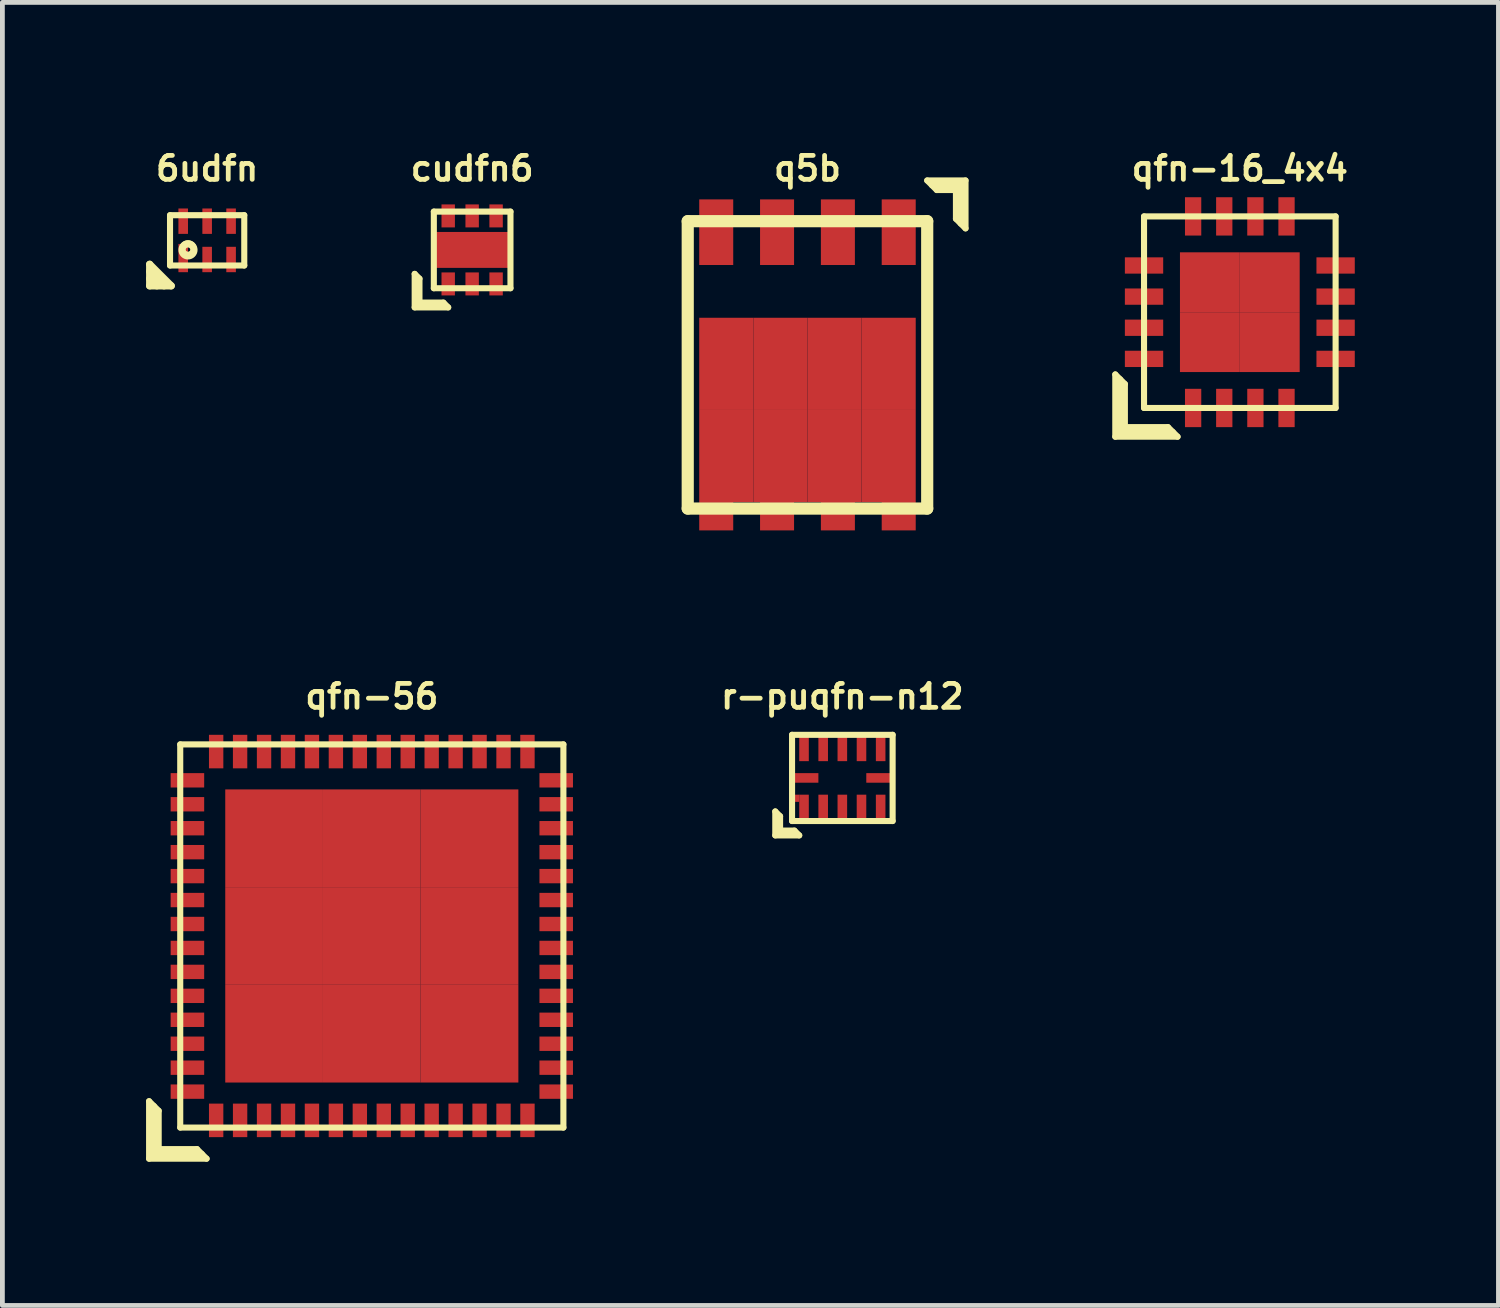
<source format=kicad_pcb>
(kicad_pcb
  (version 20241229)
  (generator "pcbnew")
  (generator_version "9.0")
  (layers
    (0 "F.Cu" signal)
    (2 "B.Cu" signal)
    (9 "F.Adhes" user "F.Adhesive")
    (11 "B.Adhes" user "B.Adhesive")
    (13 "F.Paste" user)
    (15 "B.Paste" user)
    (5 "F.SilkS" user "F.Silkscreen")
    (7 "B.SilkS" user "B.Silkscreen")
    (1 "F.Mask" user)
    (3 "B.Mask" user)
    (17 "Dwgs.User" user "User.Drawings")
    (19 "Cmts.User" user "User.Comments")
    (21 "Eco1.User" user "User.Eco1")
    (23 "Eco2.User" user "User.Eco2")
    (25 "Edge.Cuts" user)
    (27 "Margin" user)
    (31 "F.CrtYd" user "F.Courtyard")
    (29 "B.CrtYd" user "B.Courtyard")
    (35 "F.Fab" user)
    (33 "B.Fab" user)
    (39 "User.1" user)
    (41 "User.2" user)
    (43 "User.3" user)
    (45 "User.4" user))
  (footprint "r-puqfn-n12"
    (layer "F.Cu")
    (at 14.537 13.192)
    (property "Reference" "r-puqfn-n12" (at 0 -1.7 0) (layer "F.SilkS") (effects (font (size 0.5 0.5) (thickness 0.1))))
    (attr through_hole)
    (fp_line (start -1.4 0.7) (end -1.3 0.8) (stroke (width 0.127) (type solid)) (layer "F.SilkS"))
    (fp_line (start -1.4 1.2) (end -1.4 0.7) (stroke (width 0.127) (type solid)) (layer "F.SilkS"))
    (fp_line (start -1.3 0.8) (end -1.3 1.1) (stroke (width 0.127) (type solid)) (layer "F.SilkS"))
    (fp_line (start -1.3 1.1) (end -1 1.1) (stroke (width 0.127) (type solid)) (layer "F.SilkS"))
    (fp_line (start -1.05 -0.9) (end -1.05 0.9) (stroke (width 0.127) (type solid)) (layer "F.SilkS"))
    (fp_line (start -1.05 0.9) (end 1.05 0.9) (stroke (width 0.127) (type solid)) (layer "F.SilkS"))
    (fp_line (start -1 1.1) (end -0.9 1.2) (stroke (width 0.127) (type solid)) (layer "F.SilkS"))
    (fp_line (start -0.9 1.2) (end -1.4 1.2) (stroke (width 0.127) (type solid)) (layer "F.SilkS"))
    (fp_line (start 1.05 -0.9) (end -1.05 -0.9) (stroke (width 0.127) (type solid)) (layer "F.SilkS"))
    (fp_line (start 1.05 0.9) (end 1.05 -0.9) (stroke (width 0.127) (type solid)) (layer "F.SilkS"))
    (pad "1" smd rect (at -1 0.425) (size 0.2 0.15) (layers "F.Cu" "F.Mask" "F.Paste"))
    (pad "1" smd rect (at -0.8 0.65) (size 0.2 0.6) (layers "F.Cu" "F.Mask" "F.Paste"))
    (pad "2" smd rect (at -0.4 0.65) (size 0.2 0.6) (layers "F.Cu" "F.Mask" "F.Paste"))
    (pad "3" smd rect (at 0 0.65) (size 0.2 0.6) (layers "F.Cu" "F.Mask" "F.Paste"))
    (pad "4" smd rect (at 0.4 0.65) (size 0.2 0.6) (layers "F.Cu" "F.Mask" "F.Paste"))
    (pad "5" smd rect (at 0.8 0.65) (size 0.2 0.6) (layers "F.Cu" "F.Mask" "F.Paste"))
    (pad "6" smd rect (at 0.8 0) (size 0.6 0.2) (layers "F.Cu" "F.Mask" "F.Paste"))
    (pad "7" smd rect (at 0.8 -0.65) (size 0.2 0.6) (layers "F.Cu" "F.Mask" "F.Paste"))
    (pad "8" smd rect (at 0.4 -0.65) (size 0.2 0.6) (layers "F.Cu" "F.Mask" "F.Paste"))
    (pad "9" smd rect (at 0 -0.65) (size 0.2 0.6) (layers "F.Cu" "F.Mask" "F.Paste"))
    (pad "10" smd rect (at -0.4 -0.65) (size 0.2 0.6) (layers "F.Cu" "F.Mask" "F.Paste"))
    (pad "11" smd rect (at -0.8 -0.65) (size 0.2 0.6) (layers "F.Cu" "F.Mask" "F.Paste"))
    (pad "12" smd rect (at -0.8 0) (size 0.6 0.2) (layers "F.Cu" "F.Mask" "F.Paste")))
  (footprint "q5b"
    (layer "F.Cu")
    (at 13.809 4.568)
    (property "Reference" "q5b" (at 0 -4.1 0) (layer "F.SilkS") (effects (font (size 0.5 0.5) (thickness 0.1))))
    (attr through_hole)
    (fp_line (start -2.5 -3) (end 2.5 -3) (stroke (width 0.254) (type solid)) (layer "F.SilkS"))
    (fp_line (start -2.5 3) (end -2.5 -3) (stroke (width 0.254) (type solid)) (layer "F.SilkS"))
    (fp_line (start 2.5 -3.85) (end 3.3 -3.85) (stroke (width 0.127) (type solid)) (layer "F.SilkS"))
    (fp_line (start 2.5 -3) (end 2.5 3) (stroke (width 0.254) (type solid)) (layer "F.SilkS"))
    (fp_line (start 2.5 3) (end -2.5 3) (stroke (width 0.254) (type solid)) (layer "F.SilkS"))
    (fp_line (start 2.7 -3.65) (end 2.5 -3.85) (stroke (width 0.127) (type solid)) (layer "F.SilkS"))
    (fp_line (start 3.1 -3.65) (end 2.7 -3.65) (stroke (width 0.127) (type solid)) (layer "F.SilkS"))
    (fp_line (start 3.1 -3.65) (end 3.1 -3.05) (stroke (width 0.127) (type solid)) (layer "F.SilkS"))
    (fp_line (start 3.1 -3.05) (end 3.3 -2.85) (stroke (width 0.127) (type solid)) (layer "F.SilkS"))
    (fp_line (start 3.2 -3.75) (end 2.6 -3.75) (stroke (width 0.127) (type solid)) (layer "F.SilkS"))
    (fp_line (start 3.2 -2.95) (end 3.2 -3.75) (stroke (width 0.127) (type solid)) (layer "F.SilkS"))
    (fp_line (start 3.3 -3.85) (end 3.3 -2.85) (stroke (width 0.127) (type solid)) (layer "F.SilkS"))
    (pad "1" smd rect (at 1.905 -2.77) (size 0.71 1.37) (layers "F.Cu" "F.Mask" "F.Paste"))
    (pad "2" smd rect (at 0.635 -2.77) (size 0.71 1.37) (layers "F.Cu" "F.Mask" "F.Paste"))
    (pad "3" smd rect (at -0.635 -2.77) (size 0.71 1.37) (layers "F.Cu" "F.Mask" "F.Paste"))
    (pad "4" smd rect (at -1.905 -2.77) (size 0.71 1.37) (layers "F.Cu" "F.Mask" "F.Paste"))
    (pad "5" smd rect (at -1.905 3.161) (size 0.71 0.59) (layers "F.Cu" "F.Mask" "F.Paste"))
    (pad "5" smd rect (at -1.695 -0.021) (size 1.13 1.925) (layers "F.Cu" "F.Mask" "F.Paste"))
    (pad "5" smd rect (at -1.695 1.903) (size 1.13 1.925) (layers "F.Cu" "F.Mask" "F.Paste"))
    (pad "5" smd rect (at -0.635 3.161) (size 0.71 0.59) (layers "F.Cu" "F.Mask" "F.Paste"))
    (pad "5" smd rect (at -0.565 -0.021) (size 1.13 1.925) (layers "F.Cu" "F.Mask" "F.Paste"))
    (pad "5" smd rect (at -0.565 1.903) (size 1.13 1.925) (layers "F.Cu" "F.Mask" "F.Paste"))
    (pad "5" smd rect (at 0.565 -0.021) (size 1.13 1.925) (layers "F.Cu" "F.Mask" "F.Paste"))
    (pad "5" smd rect (at 0.565 1.903) (size 1.13 1.925) (layers "F.Cu" "F.Mask" "F.Paste"))
    (pad "5" smd rect (at 0.635 3.161) (size 0.71 0.59) (layers "F.Cu" "F.Mask" "F.Paste"))
    (pad "5" smd rect (at 1.695 -0.021) (size 1.13 1.925) (layers "F.Cu" "F.Mask" "F.Paste"))
    (pad "5" smd rect (at 1.695 1.903) (size 1.13 1.925) (layers "F.Cu" "F.Mask" "F.Paste"))
    (pad "5" smd rect (at 1.905 3.161) (size 0.71 0.59) (layers "F.Cu" "F.Mask" "F.Paste")))
  (footprint "6udfn"
    (layer "F.Cu")
    (at 1.275 1.968)
    (property "Reference" "6udfn" (at 0 -1.5 0) (layer "F.SilkS") (effects (font (size 0.5 0.5) (thickness 0.1))))
    (attr through_hole)
    (fp_line (start -1.2 0.5) (end -1.2 0.95) (stroke (width 0.15) (type solid)) (layer "F.SilkS"))
    (fp_line (start -1.2 0.95) (end -0.75 0.95) (stroke (width 0.15) (type solid)) (layer "F.SilkS"))
    (fp_line (start -1.05 0.95) (end -1.2 0.8) (stroke (width 0.15) (type solid)) (layer "F.SilkS"))
    (fp_line (start -0.9 0.95) (end -1.2 0.65) (stroke (width 0.15) (type solid)) (layer "F.SilkS"))
    (fp_line (start -0.775 -0.525) (end 0.775 -0.525) (stroke (width 0.127) (type solid)) (layer "F.SilkS"))
    (fp_line (start -0.775 0.525) (end -0.775 -0.525) (stroke (width 0.127) (type solid)) (layer "F.SilkS"))
    (fp_line (start -0.75 0.95) (end -1.2 0.5) (stroke (width 0.15) (type solid)) (layer "F.SilkS"))
    (fp_line (start 0.775 -0.525) (end 0.775 0.525) (stroke (width 0.127) (type solid)) (layer "F.SilkS"))
    (fp_line (start 0.775 0.525) (end -0.775 0.525) (stroke (width 0.127) (type solid)) (layer "F.SilkS"))
    (fp_circle (center -0.4 0.18) (end -0.28 0.18) (stroke (width 0.127) (type solid)) (fill no) (layer "F.SilkS"))
    (fp_circle (center -0.4 0.2) (end -0.35 0.2) (stroke (width 0.15) (type solid)) (fill no) (layer "F.SilkS"))
    (pad "1" smd rect (at -0.5 0.37) (size 0.2 0.59) (layers "F.Cu" "F.Mask" "F.Paste"))
    (pad "2" smd rect (at 0 0.4) (size 0.2 0.53) (layers "F.Cu" "F.Mask" "F.Paste"))
    (pad "3" smd rect (at 0.5 0.4) (size 0.2 0.53) (layers "F.Cu" "F.Mask" "F.Paste"))
    (pad "4" smd rect (at 0.5 -0.4) (size 0.2 0.53) (layers "F.Cu" "F.Mask" "F.Paste"))
    (pad "5" smd rect (at 0 -0.4) (size 0.2 0.53) (layers "F.Cu" "F.Mask" "F.Paste"))
    (pad "6" smd rect (at -0.5 -0.4) (size 0.2 0.53) (layers "F.Cu" "F.Mask" "F.Paste")))
  (footprint "qfn-16_4x4"
    (layer "F.Cu")
    (at 22.836 3.468)
    (property "Reference" "qfn-16_4x4" (at 0 -3 0) (layer "F.SilkS") (effects (font (size 0.5 0.5) (thickness 0.1))))
    (attr through_hole)
    (fp_line (start -2.6 1.3) (end -2.4 1.5) (stroke (width 0.127) (type solid)) (layer "F.SilkS"))
    (fp_line (start -2.6 2.6) (end -2.6 1.3) (stroke (width 0.127) (type solid)) (layer "F.SilkS"))
    (fp_line (start -2.5 1.4) (end -2.5 2.5) (stroke (width 0.127) (type solid)) (layer "F.SilkS"))
    (fp_line (start -2.5 2.5) (end -1.4 2.5) (stroke (width 0.127) (type solid)) (layer "F.SilkS"))
    (fp_line (start -2.4 1.5) (end -2.4 2.4) (stroke (width 0.127) (type solid)) (layer "F.SilkS"))
    (fp_line (start -2.4 2.4) (end -1.5 2.4) (stroke (width 0.127) (type solid)) (layer "F.SilkS"))
    (fp_line (start -2 -2) (end 2 -2) (stroke (width 0.127) (type solid)) (layer "F.SilkS"))
    (fp_line (start -2 2) (end -2 -2) (stroke (width 0.127) (type solid)) (layer "F.SilkS"))
    (fp_line (start -1.5 2.4) (end -1.3 2.6) (stroke (width 0.127) (type solid)) (layer "F.SilkS"))
    (fp_line (start -1.3 2.6) (end -2.6 2.6) (stroke (width 0.127) (type solid)) (layer "F.SilkS"))
    (fp_line (start 2 -2) (end 2 2) (stroke (width 0.127) (type solid)) (layer "F.SilkS"))
    (fp_line (start 2 2) (end -2 2) (stroke (width 0.127) (type solid)) (layer "F.SilkS"))
    (pad "1" smd rect (at -0.975 2) (size 0.34 0.8) (layers "F.Cu" "F.Mask" "F.Paste"))
    (pad "2" smd rect (at -0.325 2) (size 0.34 0.8) (layers "F.Cu" "F.Mask" "F.Paste"))
    (pad "3" smd rect (at 0.325 2) (size 0.34 0.8) (layers "F.Cu" "F.Mask" "F.Paste"))
    (pad "4" smd rect (at 0.975 2) (size 0.34 0.8) (layers "F.Cu" "F.Mask" "F.Paste"))
    (pad "5" smd rect (at 2 0.975) (size 0.8 0.34) (layers "F.Cu" "F.Mask" "F.Paste"))
    (pad "6" smd rect (at 2 0.325) (size 0.8 0.34) (layers "F.Cu" "F.Mask" "F.Paste"))
    (pad "7" smd rect (at 2 -0.325) (size 0.8 0.34) (layers "F.Cu" "F.Mask" "F.Paste"))
    (pad "8" smd rect (at 2 -0.975) (size 0.8 0.34) (layers "F.Cu" "F.Mask" "F.Paste"))
    (pad "9" smd rect (at 0.975 -2) (size 0.34 0.8) (layers "F.Cu" "F.Mask" "F.Paste"))
    (pad "10" smd rect (at 0.325 -2) (size 0.34 0.8) (layers "F.Cu" "F.Mask" "F.Paste"))
    (pad "11" smd rect (at -0.325 -2) (size 0.34 0.8) (layers "F.Cu" "F.Mask" "F.Paste"))
    (pad "12" smd rect (at -0.975 -2) (size 0.34 0.8) (layers "F.Cu" "F.Mask" "F.Paste"))
    (pad "13" smd rect (at -2 -0.975) (size 0.8 0.34) (layers "F.Cu" "F.Mask" "F.Paste"))
    (pad "14" smd rect (at -2 -0.325) (size 0.8 0.34) (layers "F.Cu" "F.Mask" "F.Paste"))
    (pad "15" smd rect (at -2 0.325) (size 0.8 0.34) (layers "F.Cu" "F.Mask" "F.Paste"))
    (pad "16" smd rect (at -2 0.975) (size 0.8 0.34) (layers "F.Cu" "F.Mask" "F.Paste"))
    (pad "17" smd rect (at -0.625 -0.625) (size 1.25 1.25) (layers "F.Cu" "F.Mask" "F.Paste"))
    (pad "17" smd rect (at -0.625 0.625) (size 1.25 1.25) (layers "F.Cu" "F.Mask" "F.Paste"))
    (pad "17" smd rect (at 0.625 -0.625) (size 1.25 1.25) (layers "F.Cu" "F.Mask" "F.Paste"))
    (pad "17" smd rect (at 0.625 0.625) (size 1.25 1.25) (layers "F.Cu" "F.Mask" "F.Paste")))
  (footprint "cudfn6"
    (layer "F.Cu")
    (at 6.808 2.168)
    (property "Reference" "cudfn6" (at 0 -1.7 0) (layer "F.SilkS") (effects (font (size 0.5 0.5) (thickness 0.1))))
    (attr through_hole)
    (fp_line (start -1.2 0.5) (end -1.2 1.2) (stroke (width 0.127) (type solid)) (layer "F.SilkS"))
    (fp_line (start -1.2 0.5) (end -1.1 0.6) (stroke (width 0.127) (type solid)) (layer "F.SilkS"))
    (fp_line (start -1.2 1.2) (end -0.5 1.2) (stroke (width 0.127) (type solid)) (layer "F.SilkS"))
    (fp_line (start -1.1 1.1) (end -1.1 0.6) (stroke (width 0.127) (type solid)) (layer "F.SilkS"))
    (fp_line (start -0.8 -0.8) (end 0.8 -0.8) (stroke (width 0.127) (type solid)) (layer "F.SilkS"))
    (fp_line (start -0.8 0.8) (end -0.8 -0.8) (stroke (width 0.127) (type solid)) (layer "F.SilkS"))
    (fp_line (start -0.6 1.1) (end -1.1 1.1) (stroke (width 0.127) (type solid)) (layer "F.SilkS"))
    (fp_line (start -0.6 1.1) (end -0.5 1.2) (stroke (width 0.127) (type solid)) (layer "F.SilkS"))
    (fp_line (start 0.8 -0.8) (end 0.8 0.8) (stroke (width 0.127) (type solid)) (layer "F.SilkS"))
    (fp_line (start 0.8 0.8) (end -0.8 0.8) (stroke (width 0.127) (type solid)) (layer "F.SilkS"))
    (pad "1" smd rect (at -0.5 0.71) (size 0.28 0.48) (layers "F.Cu" "F.Mask" "F.Paste"))
    (pad "2" smd rect (at 0 0.71) (size 0.28 0.48) (layers "F.Cu" "F.Mask" "F.Paste"))
    (pad "3" smd rect (at 0.5 0.71) (size 0.28 0.48) (layers "F.Cu" "F.Mask" "F.Paste"))
    (pad "4" smd rect (at 0.5 -0.71) (size 0.28 0.48) (layers "F.Cu" "F.Mask" "F.Paste"))
    (pad "5" smd rect (at 0 -0.71) (size 0.28 0.48) (layers "F.Cu" "F.Mask" "F.Paste"))
    (pad "6" smd rect (at -0.5 -0.71) (size 0.28 0.48) (layers "F.Cu" "F.Mask" "F.Paste"))
    (pad "7" smd rect (at 0 0) (size 1.7 0.75) (layers "F.Cu" "F.Mask" "F.Paste")))
  (footprint "qfn-56"
    (layer "F.Cu")
    (at 4.713 16.492)
    (property "Reference" "qfn-56" (at 0 -5 0) (layer "F.SilkS") (effects (font (size 0.5 0.5) (thickness 0.1))))
    (attr through_hole)
    (fp_line (start -4.65 3.45) (end -4.45 3.65) (stroke (width 0.127) (type solid)) (layer "F.SilkS"))
    (fp_line (start -4.65 4.65) (end -4.65 3.45) (stroke (width 0.127) (type solid)) (layer "F.SilkS"))
    (fp_line (start -4.55 3.55) (end -4.55 4.55) (stroke (width 0.127) (type solid)) (layer "F.SilkS"))
    (fp_line (start -4.55 4.55) (end -3.55 4.55) (stroke (width 0.127) (type solid)) (layer "F.SilkS"))
    (fp_line (start -4.45 3.65) (end -4.45 4.45) (stroke (width 0.127) (type solid)) (layer "F.SilkS"))
    (fp_line (start -4.45 4.45) (end -3.65 4.45) (stroke (width 0.127) (type solid)) (layer "F.SilkS"))
    (fp_line (start -4 -4) (end -4 4) (stroke (width 0.127) (type solid)) (layer "F.SilkS"))
    (fp_line (start -4 4) (end 4 4) (stroke (width 0.127) (type solid)) (layer "F.SilkS"))
    (fp_line (start -3.65 4.45) (end -3.45 4.65) (stroke (width 0.127) (type solid)) (layer "F.SilkS"))
    (fp_line (start -3.45 4.65) (end -4.65 4.65) (stroke (width 0.127) (type solid)) (layer "F.SilkS"))
    (fp_line (start 4 -4) (end -4 -4) (stroke (width 0.127) (type solid)) (layer "F.SilkS"))
    (fp_line (start 4 4) (end 4 -4) (stroke (width 0.127) (type solid)) (layer "F.SilkS"))
    (pad "1" smd rect (at -3.25 3.85) (size 0.3 0.7) (layers "F.Cu" "F.Mask" "F.Paste"))
    (pad "2" smd rect (at -2.75 3.85) (size 0.3 0.7) (layers "F.Cu" "F.Mask" "F.Paste"))
    (pad "3" smd rect (at -2.25 3.85) (size 0.3 0.7) (layers "F.Cu" "F.Mask" "F.Paste"))
    (pad "4" smd rect (at -1.75 3.85) (size 0.3 0.7) (layers "F.Cu" "F.Mask" "F.Paste"))
    (pad "5" smd rect (at -1.25 3.85) (size 0.3 0.7) (layers "F.Cu" "F.Mask" "F.Paste"))
    (pad "6" smd rect (at -0.75 3.85) (size 0.3 0.7) (layers "F.Cu" "F.Mask" "F.Paste"))
    (pad "7" smd rect (at -0.25 3.85) (size 0.3 0.7) (layers "F.Cu" "F.Mask" "F.Paste"))
    (pad "8" smd rect (at 0.25 3.85) (size 0.3 0.7) (layers "F.Cu" "F.Mask" "F.Paste"))
    (pad "9" smd rect (at 0.75 3.85) (size 0.3 0.7) (layers "F.Cu" "F.Mask" "F.Paste"))
    (pad "10" smd rect (at 1.25 3.85) (size 0.3 0.7) (layers "F.Cu" "F.Mask" "F.Paste"))
    (pad "11" smd rect (at 1.75 3.85) (size 0.3 0.7) (layers "F.Cu" "F.Mask" "F.Paste"))
    (pad "12" smd rect (at 2.25 3.85) (size 0.3 0.7) (layers "F.Cu" "F.Mask" "F.Paste"))
    (pad "13" smd rect (at 2.75 3.85) (size 0.3 0.7) (layers "F.Cu" "F.Mask" "F.Paste"))
    (pad "14" smd rect (at 3.25 3.85) (size 0.3 0.7) (layers "F.Cu" "F.Mask" "F.Paste"))
    (pad "15" smd rect (at 3.85 3.25) (size 0.7 0.3) (layers "F.Cu" "F.Mask" "F.Paste"))
    (pad "16" smd rect (at 3.85 2.75) (size 0.7 0.3) (layers "F.Cu" "F.Mask" "F.Paste"))
    (pad "17" smd rect (at 3.85 2.25) (size 0.7 0.3) (layers "F.Cu" "F.Mask" "F.Paste"))
    (pad "18" smd rect (at 3.85 1.75) (size 0.7 0.3) (layers "F.Cu" "F.Mask" "F.Paste"))
    (pad "19" smd rect (at 3.85 1.25) (size 0.7 0.3) (layers "F.Cu" "F.Mask" "F.Paste"))
    (pad "20" smd rect (at 3.85 0.75) (size 0.7 0.3) (layers "F.Cu" "F.Mask" "F.Paste"))
    (pad "21" smd rect (at 3.85 0.25) (size 0.7 0.3) (layers "F.Cu" "F.Mask" "F.Paste"))
    (pad "22" smd rect (at 3.85 -0.25) (size 0.7 0.3) (layers "F.Cu" "F.Mask" "F.Paste"))
    (pad "23" smd rect (at 3.85 -0.75) (size 0.7 0.3) (layers "F.Cu" "F.Mask" "F.Paste"))
    (pad "24" smd rect (at 3.85 -1.25) (size 0.7 0.3) (layers "F.Cu" "F.Mask" "F.Paste"))
    (pad "25" smd rect (at 3.85 -1.75) (size 0.7 0.3) (layers "F.Cu" "F.Mask" "F.Paste"))
    (pad "26" smd rect (at 3.85 -2.25) (size 0.7 0.3) (layers "F.Cu" "F.Mask" "F.Paste"))
    (pad "27" smd rect (at 3.85 -2.75) (size 0.7 0.3) (layers "F.Cu" "F.Mask" "F.Paste"))
    (pad "28" smd rect (at 3.85 -3.25) (size 0.7 0.3) (layers "F.Cu" "F.Mask" "F.Paste"))
    (pad "29" smd rect (at 3.25 -3.85) (size 0.3 0.7) (layers "F.Cu" "F.Mask" "F.Paste"))
    (pad "30" smd rect (at 2.75 -3.85) (size 0.3 0.7) (layers "F.Cu" "F.Mask" "F.Paste"))
    (pad "31" smd rect (at 2.25 -3.85) (size 0.3 0.7) (layers "F.Cu" "F.Mask" "F.Paste"))
    (pad "32" smd rect (at 1.75 -3.85) (size 0.3 0.7) (layers "F.Cu" "F.Mask" "F.Paste"))
    (pad "33" smd rect (at 1.25 -3.85) (size 0.3 0.7) (layers "F.Cu" "F.Mask" "F.Paste"))
    (pad "34" smd rect (at 0.75 -3.85) (size 0.3 0.7) (layers "F.Cu" "F.Mask" "F.Paste"))
    (pad "35" smd rect (at 0.25 -3.85) (size 0.3 0.7) (layers "F.Cu" "F.Mask" "F.Paste"))
    (pad "36" smd rect (at -0.25 -3.85) (size 0.3 0.7) (layers "F.Cu" "F.Mask" "F.Paste"))
    (pad "37" smd rect (at -0.75 -3.85) (size 0.3 0.7) (layers "F.Cu" "F.Mask" "F.Paste"))
    (pad "38" smd rect (at -1.25 -3.85) (size 0.3 0.7) (layers "F.Cu" "F.Mask" "F.Paste"))
    (pad "39" smd rect (at -1.75 -3.85) (size 0.3 0.7) (layers "F.Cu" "F.Mask" "F.Paste"))
    (pad "40" smd rect (at -2.25 -3.85) (size 0.3 0.7) (layers "F.Cu" "F.Mask" "F.Paste"))
    (pad "41" smd rect (at -2.75 -3.85) (size 0.3 0.7) (layers "F.Cu" "F.Mask" "F.Paste"))
    (pad "42" smd rect (at -3.25 -3.85) (size 0.3 0.7) (layers "F.Cu" "F.Mask" "F.Paste"))
    (pad "43" smd rect (at -3.85 -3.25) (size 0.7 0.3) (layers "F.Cu" "F.Mask" "F.Paste"))
    (pad "44" smd rect (at -3.85 -2.75) (size 0.7 0.3) (layers "F.Cu" "F.Mask" "F.Paste"))
    (pad "45" smd rect (at -3.85 -2.25) (size 0.7 0.3) (layers "F.Cu" "F.Mask" "F.Paste"))
    (pad "46" smd rect (at -3.85 -1.75) (size 0.7 0.3) (layers "F.Cu" "F.Mask" "F.Paste"))
    (pad "47" smd rect (at -3.85 -1.25) (size 0.7 0.3) (layers "F.Cu" "F.Mask" "F.Paste"))
    (pad "48" smd rect (at -3.85 -0.75) (size 0.7 0.3) (layers "F.Cu" "F.Mask" "F.Paste"))
    (pad "49" smd rect (at -3.85 -0.25) (size 0.7 0.3) (layers "F.Cu" "F.Mask" "F.Paste"))
    (pad "50" smd rect (at -3.85 0.25) (size 0.7 0.3) (layers "F.Cu" "F.Mask" "F.Paste"))
    (pad "51" smd rect (at -3.85 0.75) (size 0.7 0.3) (layers "F.Cu" "F.Mask" "F.Paste"))
    (pad "52" smd rect (at -3.85 1.25) (size 0.7 0.3) (layers "F.Cu" "F.Mask" "F.Paste"))
    (pad "53" smd rect (at -3.85 1.75) (size 0.7 0.3) (layers "F.Cu" "F.Mask" "F.Paste"))
    (pad "54" smd rect (at -3.85 2.25) (size 0.7 0.3) (layers "F.Cu" "F.Mask" "F.Paste"))
    (pad "55" smd rect (at -3.85 2.75) (size 0.7 0.3) (layers "F.Cu" "F.Mask" "F.Paste"))
    (pad "56" smd rect (at -3.85 3.25) (size 0.7 0.3) (layers "F.Cu" "F.Mask" "F.Paste"))
    (pad "57" smd rect (at -2.04 -2.04) (size 2.04 2.04) (layers "F.Cu" "F.Mask" "F.Paste"))
    (pad "57" smd rect (at -2.04 0) (size 2.04 2.04) (layers "F.Cu" "F.Mask" "F.Paste"))
    (pad "57" smd rect (at -2.04 2.04) (size 2.04 2.04) (layers "F.Cu" "F.Mask" "F.Paste"))
    (pad "57" smd rect (at 0 -2.04) (size 2.04 2.04) (layers "F.Cu" "F.Mask" "F.Paste"))
    (pad "57" smd rect (at 0 0) (size 2.04 2.04) (layers "F.Cu" "F.Mask" "F.Paste"))
    (pad "57" smd rect (at 0 2.04) (size 2.04 2.04) (layers "F.Cu" "F.Mask" "F.Paste"))
    (pad "57" smd rect (at 2.04 -2.04) (size 2.04 2.04) (layers "F.Cu" "F.Mask" "F.Paste"))
    (pad "57" smd rect (at 2.04 0) (size 2.04 2.04) (layers "F.Cu" "F.Mask" "F.Paste"))
    (pad "57" smd rect (at 2.04 2.04) (size 2.04 2.04) (layers "F.Cu" "F.Mask" "F.Paste")))
  (gr_rect
    (start -3 -3)
    (end 28.236 24.206)
    (stroke (width 0.1) (type default))
    (fill no)
    (layer "Edge.Cuts")))
</source>
